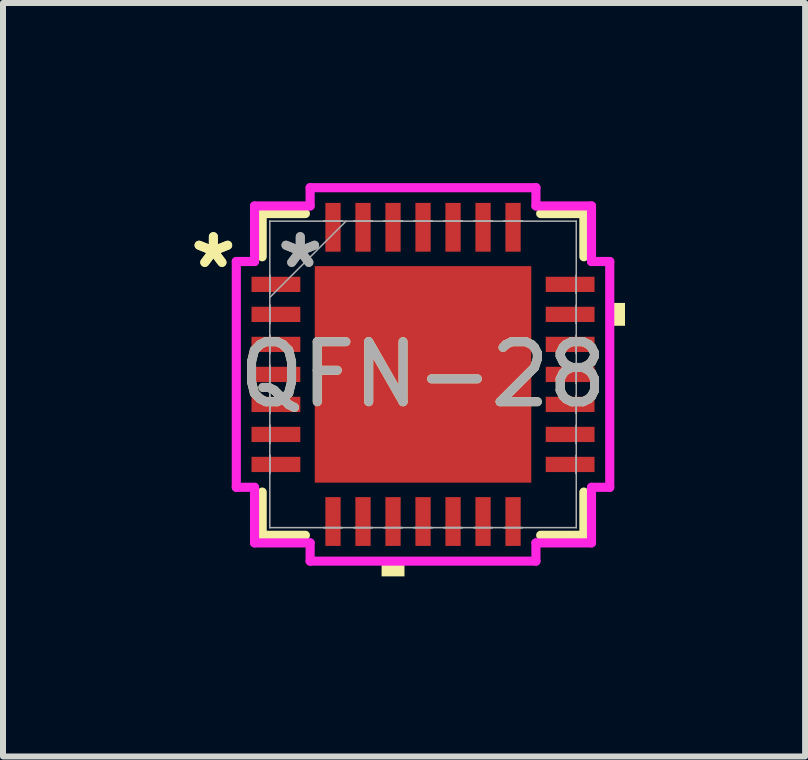
<source format=kicad_pcb>
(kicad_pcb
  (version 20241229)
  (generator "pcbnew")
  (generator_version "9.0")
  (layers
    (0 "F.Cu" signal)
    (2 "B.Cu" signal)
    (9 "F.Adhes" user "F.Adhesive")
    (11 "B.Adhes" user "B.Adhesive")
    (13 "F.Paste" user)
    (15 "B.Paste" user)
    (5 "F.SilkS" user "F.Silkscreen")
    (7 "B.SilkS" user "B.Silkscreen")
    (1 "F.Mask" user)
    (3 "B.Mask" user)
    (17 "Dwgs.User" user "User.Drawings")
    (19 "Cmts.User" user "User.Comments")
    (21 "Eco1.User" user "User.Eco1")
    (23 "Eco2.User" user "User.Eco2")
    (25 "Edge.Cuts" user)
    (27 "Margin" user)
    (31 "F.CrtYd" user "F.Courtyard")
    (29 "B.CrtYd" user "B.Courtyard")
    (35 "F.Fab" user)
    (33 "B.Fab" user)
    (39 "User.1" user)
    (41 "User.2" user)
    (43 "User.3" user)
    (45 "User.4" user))
  (footprint "QFN-28"
    (layer "F.Cu")
    (at 3.998 3.188)
    (property "Reference" "QFN-28" (at 0 0 0) (unlocked yes) (layer "F.SilkS") (effects (font (size 1 1) (thickness 0.15))))
    (attr smd)
    (fp_line (start -2.68 -2.68) (end -2.68 -1.96) (stroke (width 0.152) (type solid)) (layer "F.SilkS"))
    (fp_line (start -2.68 1.96) (end -2.68 2.68) (stroke (width 0.152) (type solid)) (layer "F.SilkS"))
    (fp_line (start -2.68 2.68) (end -1.96 2.68) (stroke (width 0.152) (type solid)) (layer "F.SilkS"))
    (fp_line (start -1.96 -2.68) (end -2.68 -2.68) (stroke (width 0.152) (type solid)) (layer "F.SilkS"))
    (fp_line (start 1.96 2.68) (end 2.68 2.68) (stroke (width 0.152) (type solid)) (layer "F.SilkS"))
    (fp_line (start 2.68 -2.68) (end 1.96 -2.68) (stroke (width 0.152) (type solid)) (layer "F.SilkS"))
    (fp_line (start 2.68 -1.96) (end 2.68 -2.68) (stroke (width 0.152) (type solid)) (layer "F.SilkS"))
    (fp_line (start 2.68 2.68) (end 2.68 1.96) (stroke (width 0.152) (type solid)) (layer "F.SilkS"))
    (fp_poly (pts (xy -0.69 3.111) (xy -0.69 3.365) (xy -0.309 3.365) (xy -0.309 3.111)) (stroke (width 0) (type solid)) (fill yes) (layer "F.SilkS"))
    (fp_poly (pts (xy 3.365 -1.191) (xy 3.365 -0.81) (xy 3.111 -0.81) (xy 3.111 -1.191)) (stroke (width 0) (type solid)) (fill yes) (layer "F.SilkS"))
    (fp_poly (pts (xy -1.703 -1.703) (xy -1.703 -0.1) (xy -0.1 -0.1) (xy -0.1 -1.703)) (stroke (width 0) (type solid)) (fill yes) (layer "F.Paste"))
    (fp_poly (pts (xy -1.703 0.1) (xy -1.703 1.703) (xy -0.1 1.703) (xy -0.1 0.1)) (stroke (width 0) (type solid)) (fill yes) (layer "F.Paste"))
    (fp_poly (pts (xy 0.1 -1.703) (xy 0.1 -0.1) (xy 1.703 -0.1) (xy 1.703 -1.703)) (stroke (width 0) (type solid)) (fill yes) (layer "F.Paste"))
    (fp_poly (pts (xy 0.1 0.1) (xy 0.1 1.703) (xy 1.703 1.703) (xy 1.703 0.1)) (stroke (width 0) (type solid)) (fill yes) (layer "F.Paste"))
    (fp_line (start -3.111 -1.881) (end -2.807 -1.881) (stroke (width 0.152) (type solid)) (layer "F.CrtYd"))
    (fp_line (start -3.111 1.881) (end -3.111 -1.881) (stroke (width 0.152) (type solid)) (layer "F.CrtYd"))
    (fp_line (start -2.807 -2.807) (end -1.881 -2.807) (stroke (width 0.152) (type solid)) (layer "F.CrtYd"))
    (fp_line (start -2.807 -1.881) (end -2.807 -2.807) (stroke (width 0.152) (type solid)) (layer "F.CrtYd"))
    (fp_line (start -2.807 1.881) (end -3.111 1.881) (stroke (width 0.152) (type solid)) (layer "F.CrtYd"))
    (fp_line (start -2.807 2.807) (end -2.807 1.881) (stroke (width 0.152) (type solid)) (layer "F.CrtYd"))
    (fp_line (start -1.881 -3.111) (end 1.881 -3.111) (stroke (width 0.152) (type solid)) (layer "F.CrtYd"))
    (fp_line (start -1.881 -2.807) (end -1.881 -3.111) (stroke (width 0.152) (type solid)) (layer "F.CrtYd"))
    (fp_line (start -1.881 2.807) (end -2.807 2.807) (stroke (width 0.152) (type solid)) (layer "F.CrtYd"))
    (fp_line (start -1.881 3.111) (end -1.881 2.807) (stroke (width 0.152) (type solid)) (layer "F.CrtYd"))
    (fp_line (start 1.881 -3.111) (end 1.881 -2.807) (stroke (width 0.152) (type solid)) (layer "F.CrtYd"))
    (fp_line (start 1.881 -2.807) (end 2.807 -2.807) (stroke (width 0.152) (type solid)) (layer "F.CrtYd"))
    (fp_line (start 1.881 2.807) (end 1.881 3.111) (stroke (width 0.152) (type solid)) (layer "F.CrtYd"))
    (fp_line (start 1.881 3.111) (end -1.881 3.111) (stroke (width 0.152) (type solid)) (layer "F.CrtYd"))
    (fp_line (start 2.807 -2.807) (end 2.807 -1.881) (stroke (width 0.152) (type solid)) (layer "F.CrtYd"))
    (fp_line (start 2.807 -1.881) (end 3.111 -1.881) (stroke (width 0.152) (type solid)) (layer "F.CrtYd"))
    (fp_line (start 2.807 1.881) (end 2.807 2.807) (stroke (width 0.152) (type solid)) (layer "F.CrtYd"))
    (fp_line (start 2.807 2.807) (end 1.881 2.807) (stroke (width 0.152) (type solid)) (layer "F.CrtYd"))
    (fp_line (start 3.111 -1.881) (end 3.111 1.881) (stroke (width 0.152) (type solid)) (layer "F.CrtYd"))
    (fp_line (start 3.111 1.881) (end 2.807 1.881) (stroke (width 0.152) (type solid)) (layer "F.CrtYd"))
    (fp_line (start -2.553 -2.553) (end -2.553 -2.553) (stroke (width 0.025) (type solid)) (layer "F.Fab"))
    (fp_line (start -2.553 -2.553) (end -2.553 2.553) (stroke (width 0.025) (type solid)) (layer "F.Fab"))
    (fp_line (start -2.553 -1.652) (end -2.553 -1.652) (stroke (width 0.025) (type solid)) (layer "F.Fab"))
    (fp_line (start -2.553 -1.652) (end -2.553 -1.348) (stroke (width 0.025) (type solid)) (layer "F.Fab"))
    (fp_line (start -2.553 -1.348) (end -2.553 -1.652) (stroke (width 0.025) (type solid)) (layer "F.Fab"))
    (fp_line (start -2.553 -1.348) (end -2.553 -1.348) (stroke (width 0.025) (type solid)) (layer "F.Fab"))
    (fp_line (start -2.553 -1.283) (end -1.283 -2.553) (stroke (width 0.025) (type solid)) (layer "F.Fab"))
    (fp_line (start -2.553 -1.152) (end -2.553 -1.152) (stroke (width 0.025) (type solid)) (layer "F.Fab"))
    (fp_line (start -2.553 -1.152) (end -2.553 -0.848) (stroke (width 0.025) (type solid)) (layer "F.Fab"))
    (fp_line (start -2.553 -0.848) (end -2.553 -1.152) (stroke (width 0.025) (type solid)) (layer "F.Fab"))
    (fp_line (start -2.553 -0.848) (end -2.553 -0.848) (stroke (width 0.025) (type solid)) (layer "F.Fab"))
    (fp_line (start -2.553 -0.652) (end -2.553 -0.652) (stroke (width 0.025) (type solid)) (layer "F.Fab"))
    (fp_line (start -2.553 -0.652) (end -2.553 -0.348) (stroke (width 0.025) (type solid)) (layer "F.Fab"))
    (fp_line (start -2.553 -0.348) (end -2.553 -0.652) (stroke (width 0.025) (type solid)) (layer "F.Fab"))
    (fp_line (start -2.553 -0.348) (end -2.553 -0.348) (stroke (width 0.025) (type solid)) (layer "F.Fab"))
    (fp_line (start -2.553 -0.152) (end -2.553 -0.152) (stroke (width 0.025) (type solid)) (layer "F.Fab"))
    (fp_line (start -2.553 -0.152) (end -2.553 0.152) (stroke (width 0.025) (type solid)) (layer "F.Fab"))
    (fp_line (start -2.553 0.152) (end -2.553 -0.152) (stroke (width 0.025) (type solid)) (layer "F.Fab"))
    (fp_line (start -2.553 0.152) (end -2.553 0.152) (stroke (width 0.025) (type solid)) (layer "F.Fab"))
    (fp_line (start -2.553 0.348) (end -2.553 0.348) (stroke (width 0.025) (type solid)) (layer "F.Fab"))
    (fp_line (start -2.553 0.348) (end -2.553 0.652) (stroke (width 0.025) (type solid)) (layer "F.Fab"))
    (fp_line (start -2.553 0.652) (end -2.553 0.348) (stroke (width 0.025) (type solid)) (layer "F.Fab"))
    (fp_line (start -2.553 0.652) (end -2.553 0.652) (stroke (width 0.025) (type solid)) (layer "F.Fab"))
    (fp_line (start -2.553 0.848) (end -2.553 0.848) (stroke (width 0.025) (type solid)) (layer "F.Fab"))
    (fp_line (start -2.553 0.848) (end -2.553 1.152) (stroke (width 0.025) (type solid)) (layer "F.Fab"))
    (fp_line (start -2.553 1.152) (end -2.553 0.848) (stroke (width 0.025) (type solid)) (layer "F.Fab"))
    (fp_line (start -2.553 1.152) (end -2.553 1.152) (stroke (width 0.025) (type solid)) (layer "F.Fab"))
    (fp_line (start -2.553 1.348) (end -2.553 1.348) (stroke (width 0.025) (type solid)) (layer "F.Fab"))
    (fp_line (start -2.553 1.348) (end -2.553 1.652) (stroke (width 0.025) (type solid)) (layer "F.Fab"))
    (fp_line (start -2.553 1.652) (end -2.553 1.348) (stroke (width 0.025) (type solid)) (layer "F.Fab"))
    (fp_line (start -2.553 1.652) (end -2.553 1.652) (stroke (width 0.025) (type solid)) (layer "F.Fab"))
    (fp_line (start -2.553 2.553) (end -2.553 2.553) (stroke (width 0.025) (type solid)) (layer "F.Fab"))
    (fp_line (start -2.553 2.553) (end 2.553 2.553) (stroke (width 0.025) (type solid)) (layer "F.Fab"))
    (fp_line (start -1.652 -2.553) (end -1.652 -2.553) (stroke (width 0.025) (type solid)) (layer "F.Fab"))
    (fp_line (start -1.652 -2.553) (end -1.348 -2.553) (stroke (width 0.025) (type solid)) (layer "F.Fab"))
    (fp_line (start -1.652 2.553) (end -1.652 2.553) (stroke (width 0.025) (type solid)) (layer "F.Fab"))
    (fp_line (start -1.652 2.553) (end -1.348 2.553) (stroke (width 0.025) (type solid)) (layer "F.Fab"))
    (fp_line (start -1.348 -2.553) (end -1.652 -2.553) (stroke (width 0.025) (type solid)) (layer "F.Fab"))
    (fp_line (start -1.348 -2.553) (end -1.348 -2.553) (stroke (width 0.025) (type solid)) (layer "F.Fab"))
    (fp_line (start -1.348 2.553) (end -1.652 2.553) (stroke (width 0.025) (type solid)) (layer "F.Fab"))
    (fp_line (start -1.348 2.553) (end -1.348 2.553) (stroke (width 0.025) (type solid)) (layer "F.Fab"))
    (fp_line (start -1.152 -2.553) (end -1.152 -2.553) (stroke (width 0.025) (type solid)) (layer "F.Fab"))
    (fp_line (start -1.152 -2.553) (end -0.848 -2.553) (stroke (width 0.025) (type solid)) (layer "F.Fab"))
    (fp_line (start -1.152 2.553) (end -1.152 2.553) (stroke (width 0.025) (type solid)) (layer "F.Fab"))
    (fp_line (start -1.152 2.553) (end -0.848 2.553) (stroke (width 0.025) (type solid)) (layer "F.Fab"))
    (fp_line (start -0.848 -2.553) (end -1.152 -2.553) (stroke (width 0.025) (type solid)) (layer "F.Fab"))
    (fp_line (start -0.848 -2.553) (end -0.848 -2.553) (stroke (width 0.025) (type solid)) (layer "F.Fab"))
    (fp_line (start -0.848 2.553) (end -1.152 2.553) (stroke (width 0.025) (type solid)) (layer "F.Fab"))
    (fp_line (start -0.848 2.553) (end -0.848 2.553) (stroke (width 0.025) (type solid)) (layer "F.Fab"))
    (fp_line (start -0.652 -2.553) (end -0.652 -2.553) (stroke (width 0.025) (type solid)) (layer "F.Fab"))
    (fp_line (start -0.652 -2.553) (end -0.348 -2.553) (stroke (width 0.025) (type solid)) (layer "F.Fab"))
    (fp_line (start -0.652 2.553) (end -0.652 2.553) (stroke (width 0.025) (type solid)) (layer "F.Fab"))
    (fp_line (start -0.652 2.553) (end -0.348 2.553) (stroke (width 0.025) (type solid)) (layer "F.Fab"))
    (fp_line (start -0.348 -2.553) (end -0.652 -2.553) (stroke (width 0.025) (type solid)) (layer "F.Fab"))
    (fp_line (start -0.348 -2.553) (end -0.348 -2.553) (stroke (width 0.025) (type solid)) (layer "F.Fab"))
    (fp_line (start -0.348 2.553) (end -0.652 2.553) (stroke (width 0.025) (type solid)) (layer "F.Fab"))
    (fp_line (start -0.348 2.553) (end -0.348 2.553) (stroke (width 0.025) (type solid)) (layer "F.Fab"))
    (fp_line (start -0.152 -2.553) (end -0.152 -2.553) (stroke (width 0.025) (type solid)) (layer "F.Fab"))
    (fp_line (start -0.152 -2.553) (end 0.152 -2.553) (stroke (width 0.025) (type solid)) (layer "F.Fab"))
    (fp_line (start -0.152 2.553) (end -0.152 2.553) (stroke (width 0.025) (type solid)) (layer "F.Fab"))
    (fp_line (start -0.152 2.553) (end 0.152 2.553) (stroke (width 0.025) (type solid)) (layer "F.Fab"))
    (fp_line (start 0.152 -2.553) (end -0.152 -2.553) (stroke (width 0.025) (type solid)) (layer "F.Fab"))
    (fp_line (start 0.152 -2.553) (end 0.152 -2.553) (stroke (width 0.025) (type solid)) (layer "F.Fab"))
    (fp_line (start 0.152 2.553) (end -0.152 2.553) (stroke (width 0.025) (type solid)) (layer "F.Fab"))
    (fp_line (start 0.152 2.553) (end 0.152 2.553) (stroke (width 0.025) (type solid)) (layer "F.Fab"))
    (fp_line (start 0.348 -2.553) (end 0.348 -2.553) (stroke (width 0.025) (type solid)) (layer "F.Fab"))
    (fp_line (start 0.348 -2.553) (end 0.652 -2.553) (stroke (width 0.025) (type solid)) (layer "F.Fab"))
    (fp_line (start 0.348 2.553) (end 0.348 2.553) (stroke (width 0.025) (type solid)) (layer "F.Fab"))
    (fp_line (start 0.348 2.553) (end 0.652 2.553) (stroke (width 0.025) (type solid)) (layer "F.Fab"))
    (fp_line (start 0.652 -2.553) (end 0.348 -2.553) (stroke (width 0.025) (type solid)) (layer "F.Fab"))
    (fp_line (start 0.652 -2.553) (end 0.652 -2.553) (stroke (width 0.025) (type solid)) (layer "F.Fab"))
    (fp_line (start 0.652 2.553) (end 0.348 2.553) (stroke (width 0.025) (type solid)) (layer "F.Fab"))
    (fp_line (start 0.652 2.553) (end 0.652 2.553) (stroke (width 0.025) (type solid)) (layer "F.Fab"))
    (fp_line (start 0.848 -2.553) (end 0.848 -2.553) (stroke (width 0.025) (type solid)) (layer "F.Fab"))
    (fp_line (start 0.848 -2.553) (end 1.152 -2.553) (stroke (width 0.025) (type solid)) (layer "F.Fab"))
    (fp_line (start 0.848 2.553) (end 0.848 2.553) (stroke (width 0.025) (type solid)) (layer "F.Fab"))
    (fp_line (start 0.848 2.553) (end 1.152 2.553) (stroke (width 0.025) (type solid)) (layer "F.Fab"))
    (fp_line (start 1.152 -2.553) (end 0.848 -2.553) (stroke (width 0.025) (type solid)) (layer "F.Fab"))
    (fp_line (start 1.152 -2.553) (end 1.152 -2.553) (stroke (width 0.025) (type solid)) (layer "F.Fab"))
    (fp_line (start 1.152 2.553) (end 0.848 2.553) (stroke (width 0.025) (type solid)) (layer "F.Fab"))
    (fp_line (start 1.152 2.553) (end 1.152 2.553) (stroke (width 0.025) (type solid)) (layer "F.Fab"))
    (fp_line (start 1.348 -2.553) (end 1.348 -2.553) (stroke (width 0.025) (type solid)) (layer "F.Fab"))
    (fp_line (start 1.348 -2.553) (end 1.652 -2.553) (stroke (width 0.025) (type solid)) (layer "F.Fab"))
    (fp_line (start 1.348 2.553) (end 1.348 2.553) (stroke (width 0.025) (type solid)) (layer "F.Fab"))
    (fp_line (start 1.348 2.553) (end 1.652 2.553) (stroke (width 0.025) (type solid)) (layer "F.Fab"))
    (fp_line (start 1.652 -2.553) (end 1.348 -2.553) (stroke (width 0.025) (type solid)) (layer "F.Fab"))
    (fp_line (start 1.652 -2.553) (end 1.652 -2.553) (stroke (width 0.025) (type solid)) (layer "F.Fab"))
    (fp_line (start 1.652 2.553) (end 1.348 2.553) (stroke (width 0.025) (type solid)) (layer "F.Fab"))
    (fp_line (start 1.652 2.553) (end 1.652 2.553) (stroke (width 0.025) (type solid)) (layer "F.Fab"))
    (fp_line (start 2.553 -2.553) (end -2.553 -2.553) (stroke (width 0.025) (type solid)) (layer "F.Fab"))
    (fp_line (start 2.553 -2.553) (end 2.553 -2.553) (stroke (width 0.025) (type solid)) (layer "F.Fab"))
    (fp_line (start 2.553 -1.652) (end 2.553 -1.652) (stroke (width 0.025) (type solid)) (layer "F.Fab"))
    (fp_line (start 2.553 -1.652) (end 2.553 -1.348) (stroke (width 0.025) (type solid)) (layer "F.Fab"))
    (fp_line (start 2.553 -1.348) (end 2.553 -1.652) (stroke (width 0.025) (type solid)) (layer "F.Fab"))
    (fp_line (start 2.553 -1.348) (end 2.553 -1.348) (stroke (width 0.025) (type solid)) (layer "F.Fab"))
    (fp_line (start 2.553 -1.152) (end 2.553 -1.152) (stroke (width 0.025) (type solid)) (layer "F.Fab"))
    (fp_line (start 2.553 -1.152) (end 2.553 -0.848) (stroke (width 0.025) (type solid)) (layer "F.Fab"))
    (fp_line (start 2.553 -0.848) (end 2.553 -1.152) (stroke (width 0.025) (type solid)) (layer "F.Fab"))
    (fp_line (start 2.553 -0.848) (end 2.553 -0.848) (stroke (width 0.025) (type solid)) (layer "F.Fab"))
    (fp_line (start 2.553 -0.652) (end 2.553 -0.652) (stroke (width 0.025) (type solid)) (layer "F.Fab"))
    (fp_line (start 2.553 -0.652) (end 2.553 -0.348) (stroke (width 0.025) (type solid)) (layer "F.Fab"))
    (fp_line (start 2.553 -0.348) (end 2.553 -0.652) (stroke (width 0.025) (type solid)) (layer "F.Fab"))
    (fp_line (start 2.553 -0.348) (end 2.553 -0.348) (stroke (width 0.025) (type solid)) (layer "F.Fab"))
    (fp_line (start 2.553 -0.152) (end 2.553 -0.152) (stroke (width 0.025) (type solid)) (layer "F.Fab"))
    (fp_line (start 2.553 -0.152) (end 2.553 0.152) (stroke (width 0.025) (type solid)) (layer "F.Fab"))
    (fp_line (start 2.553 0.152) (end 2.553 -0.152) (stroke (width 0.025) (type solid)) (layer "F.Fab"))
    (fp_line (start 2.553 0.152) (end 2.553 0.152) (stroke (width 0.025) (type solid)) (layer "F.Fab"))
    (fp_line (start 2.553 0.348) (end 2.553 0.348) (stroke (width 0.025) (type solid)) (layer "F.Fab"))
    (fp_line (start 2.553 0.348) (end 2.553 0.652) (stroke (width 0.025) (type solid)) (layer "F.Fab"))
    (fp_line (start 2.553 0.652) (end 2.553 0.348) (stroke (width 0.025) (type solid)) (layer "F.Fab"))
    (fp_line (start 2.553 0.652) (end 2.553 0.652) (stroke (width 0.025) (type solid)) (layer "F.Fab"))
    (fp_line (start 2.553 0.848) (end 2.553 0.848) (stroke (width 0.025) (type solid)) (layer "F.Fab"))
    (fp_line (start 2.553 0.848) (end 2.553 1.152) (stroke (width 0.025) (type solid)) (layer "F.Fab"))
    (fp_line (start 2.553 1.152) (end 2.553 0.848) (stroke (width 0.025) (type solid)) (layer "F.Fab"))
    (fp_line (start 2.553 1.152) (end 2.553 1.152) (stroke (width 0.025) (type solid)) (layer "F.Fab"))
    (fp_line (start 2.553 1.348) (end 2.553 1.348) (stroke (width 0.025) (type solid)) (layer "F.Fab"))
    (fp_line (start 2.553 1.348) (end 2.553 1.652) (stroke (width 0.025) (type solid)) (layer "F.Fab"))
    (fp_line (start 2.553 1.652) (end 2.553 1.348) (stroke (width 0.025) (type solid)) (layer "F.Fab"))
    (fp_line (start 2.553 1.652) (end 2.553 1.652) (stroke (width 0.025) (type solid)) (layer "F.Fab"))
    (fp_line (start 2.553 2.553) (end 2.553 -2.553) (stroke (width 0.025) (type solid)) (layer "F.Fab"))
    (fp_line (start 2.553 2.553) (end 2.553 2.553) (stroke (width 0.025) (type solid)) (layer "F.Fab"))
    (fp_text user "*" (at -3.493 -1.75 0) (unlocked yes) (layer "F.SilkS") (effects (font (size 1 1) (thickness 0.15))))
    (fp_text user "*" (at -3.493 -1.75 0) (layer "F.SilkS") (effects (font (size 1 1) (thickness 0.15))))
    (fp_text user "*" (at -2.045 -1.75 0) (unlocked yes) (layer "F.Fab") (effects (font (size 1 1) (thickness 0.15))))
    (fp_text user "${REFERENCE}" (at 0 0 0) (unlocked yes) (layer "F.Fab") (effects (font (size 1 1) (thickness 0.15))))
    (fp_text user "*" (at -2.045 -1.75 0) (layer "F.Fab") (effects (font (size 1 1) (thickness 0.15))))
    (pad "1" smd rect (at -2.451 -1.5 90) (size 0.254 0.813) (layers "F.Cu" "F.Mask" "F.Paste"))
    (pad "2" smd rect (at -2.451 -1 90) (size 0.254 0.813) (layers "F.Cu" "F.Mask" "F.Paste"))
    (pad "3" smd rect (at -2.451 -0.5 90) (size 0.254 0.813) (layers "F.Cu" "F.Mask" "F.Paste"))
    (pad "4" smd rect (at -2.451 0 90) (size 0.254 0.813) (layers "F.Cu" "F.Mask" "F.Paste"))
    (pad "5" smd rect (at -2.451 0.5 90) (size 0.254 0.813) (layers "F.Cu" "F.Mask" "F.Paste"))
    (pad "6" smd rect (at -2.451 1 90) (size 0.254 0.813) (layers "F.Cu" "F.Mask" "F.Paste"))
    (pad "7" smd rect (at -2.451 1.5 90) (size 0.254 0.813) (layers "F.Cu" "F.Mask" "F.Paste"))
    (pad "8" smd rect (at -1.5 2.451) (size 0.254 0.813) (layers "F.Cu" "F.Mask" "F.Paste"))
    (pad "9" smd rect (at -1 2.451) (size 0.254 0.813) (layers "F.Cu" "F.Mask" "F.Paste"))
    (pad "10" smd rect (at -0.5 2.451) (size 0.254 0.813) (layers "F.Cu" "F.Mask" "F.Paste"))
    (pad "11" smd rect (at 0 2.451) (size 0.254 0.813) (layers "F.Cu" "F.Mask" "F.Paste"))
    (pad "12" smd rect (at 0.5 2.451) (size 0.254 0.813) (layers "F.Cu" "F.Mask" "F.Paste"))
    (pad "13" smd rect (at 1 2.451) (size 0.254 0.813) (layers "F.Cu" "F.Mask" "F.Paste"))
    (pad "14" smd rect (at 1.5 2.451) (size 0.254 0.813) (layers "F.Cu" "F.Mask" "F.Paste"))
    (pad "15" smd rect (at 2.451 1.5 90) (size 0.254 0.813) (layers "F.Cu" "F.Mask" "F.Paste"))
    (pad "16" smd rect (at 2.451 1 90) (size 0.254 0.813) (layers "F.Cu" "F.Mask" "F.Paste"))
    (pad "17" smd rect (at 2.451 0.5 90) (size 0.254 0.813) (layers "F.Cu" "F.Mask" "F.Paste"))
    (pad "18" smd rect (at 2.451 0 90) (size 0.254 0.813) (layers "F.Cu" "F.Mask" "F.Paste"))
    (pad "19" smd rect (at 2.451 -0.5 90) (size 0.254 0.813) (layers "F.Cu" "F.Mask" "F.Paste"))
    (pad "20" smd rect (at 2.451 -1 90) (size 0.254 0.813) (layers "F.Cu" "F.Mask" "F.Paste"))
    (pad "21" smd rect (at 2.451 -1.5 90) (size 0.254 0.813) (layers "F.Cu" "F.Mask" "F.Paste"))
    (pad "22" smd rect (at 1.5 -2.451) (size 0.254 0.813) (layers "F.Cu" "F.Mask" "F.Paste"))
    (pad "23" smd rect (at 1 -2.451) (size 0.254 0.813) (layers "F.Cu" "F.Mask" "F.Paste"))
    (pad "24" smd rect (at 0.5 -2.451) (size 0.254 0.813) (layers "F.Cu" "F.Mask" "F.Paste"))
    (pad "25" smd rect (at 0 -2.451) (size 0.254 0.813) (layers "F.Cu" "F.Mask" "F.Paste"))
    (pad "26" smd rect (at -0.5 -2.451) (size 0.254 0.813) (layers "F.Cu" "F.Mask" "F.Paste"))
    (pad "27" smd rect (at -1 -2.451) (size 0.254 0.813) (layers "F.Cu" "F.Mask" "F.Paste"))
    (pad "28" smd rect (at -1.5 -2.451) (size 0.254 0.813) (layers "F.Cu" "F.Mask" "F.Paste"))
    (pad "29" smd rect (at 0 0) (size 3.607 3.607) (layers "F.Cu" "F.Mask" "F.Paste")))
  (gr_rect
    (start -3 -3)
    (end 10.364 9.553)
    (stroke (width 0.1) (type default))
    (fill no)
    (layer "Edge.Cuts")))
</source>
